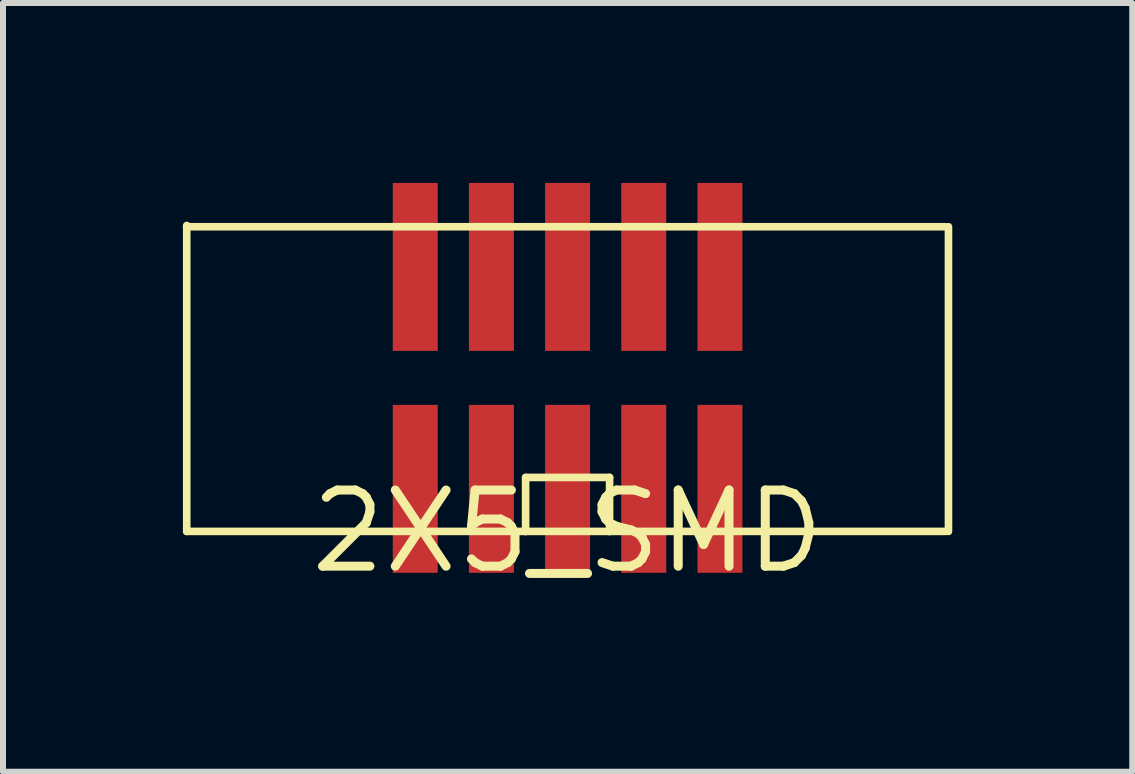
<source format=kicad_pcb>
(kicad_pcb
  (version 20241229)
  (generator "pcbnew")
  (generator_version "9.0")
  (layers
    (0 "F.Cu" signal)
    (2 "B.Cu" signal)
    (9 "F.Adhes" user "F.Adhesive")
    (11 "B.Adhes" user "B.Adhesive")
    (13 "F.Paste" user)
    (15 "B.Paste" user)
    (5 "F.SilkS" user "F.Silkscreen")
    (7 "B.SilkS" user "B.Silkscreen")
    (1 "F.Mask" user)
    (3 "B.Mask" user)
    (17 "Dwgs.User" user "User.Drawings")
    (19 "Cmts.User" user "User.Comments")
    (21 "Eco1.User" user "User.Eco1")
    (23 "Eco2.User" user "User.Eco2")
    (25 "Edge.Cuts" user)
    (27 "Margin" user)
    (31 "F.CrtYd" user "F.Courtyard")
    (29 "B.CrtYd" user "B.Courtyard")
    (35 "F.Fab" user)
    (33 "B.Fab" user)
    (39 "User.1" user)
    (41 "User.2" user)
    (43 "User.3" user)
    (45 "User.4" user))
  (footprint "2X5_SMD"
    (layer "F.Cu")
    (at 6.413 5.81)
    (property "Reference" "2X5_SMD" (at 0 0 0) (layer "F.SilkS") (effects (font (size 1.27 1.27) (thickness 0.15))))
    (attr through_hole)
    (fp_line (start -6.35 -5.08) (end -6.35 -5.1) (stroke (width 0.127) (type solid)) (layer "F.SilkS"))
    (fp_line (start -6.35 -5.08) (end 6.3 -5.08) (stroke (width 0.127) (type solid)) (layer "F.SilkS"))
    (fp_line (start -6.35 0) (end -6.35 -5.08) (stroke (width 0.127) (type solid)) (layer "F.SilkS"))
    (fp_line (start -6.35 0) (end -0.7 0) (stroke (width 0.127) (type solid)) (layer "F.SilkS"))
    (fp_line (start -0.7 -0.9) (end -0.7 0) (stroke (width 0.127) (type solid)) (layer "F.SilkS"))
    (fp_line (start -0.7 0) (end 0.7 0) (stroke (width 0.127) (type solid)) (layer "F.SilkS"))
    (fp_line (start 0.7 -0.9) (end -0.7 -0.9) (stroke (width 0.127) (type solid)) (layer "F.SilkS"))
    (fp_line (start 0.7 0) (end 0.7 -0.9) (stroke (width 0.127) (type solid)) (layer "F.SilkS"))
    (fp_line (start 0.7 0) (end 6.3 0) (stroke (width 0.127) (type solid)) (layer "F.SilkS"))
    (fp_line (start 6.35 0) (end 6.35 -5.08) (stroke (width 0.127) (type solid)) (layer "F.SilkS"))
    (pad "P$01" smd rect (at -2.54 -0.71 90) (size 2.8 0.75) (layers "F.Cu" "F.Mask" "F.Paste"))
    (pad "P$02" smd rect (at -2.54 -4.41 90) (size 2.8 0.75) (layers "F.Cu" "F.Mask" "F.Paste"))
    (pad "P$03" smd rect (at -1.27 -0.71 90) (size 2.8 0.75) (layers "F.Cu" "F.Mask" "F.Paste"))
    (pad "P$04" smd rect (at -1.27 -4.41 90) (size 2.8 0.75) (layers "F.Cu" "F.Mask" "F.Paste"))
    (pad "P$05" smd rect (at 0 -0.71 90) (size 2.8 0.75) (layers "F.Cu" "F.Mask" "F.Paste"))
    (pad "P$06" smd rect (at 0 -4.41 90) (size 2.8 0.75) (layers "F.Cu" "F.Mask" "F.Paste"))
    (pad "P$07" smd rect (at 1.27 -0.71 90) (size 2.8 0.75) (layers "F.Cu" "F.Mask" "F.Paste"))
    (pad "P$08" smd rect (at 1.27 -4.41 90) (size 2.8 0.75) (layers "F.Cu" "F.Mask" "F.Paste"))
    (pad "P$09" smd rect (at 2.54 -0.71 90) (size 2.8 0.75) (layers "F.Cu" "F.Mask" "F.Paste"))
    (pad "P$10" smd rect (at 2.54 -4.41 90) (size 2.8 0.75) (layers "F.Cu" "F.Mask" "F.Paste")))
  (gr_rect
    (start -3 -3)
    (end 15.827 9.816)
    (stroke (width 0.1) (type default))
    (fill no)
    (layer "Edge.Cuts")))
</source>
